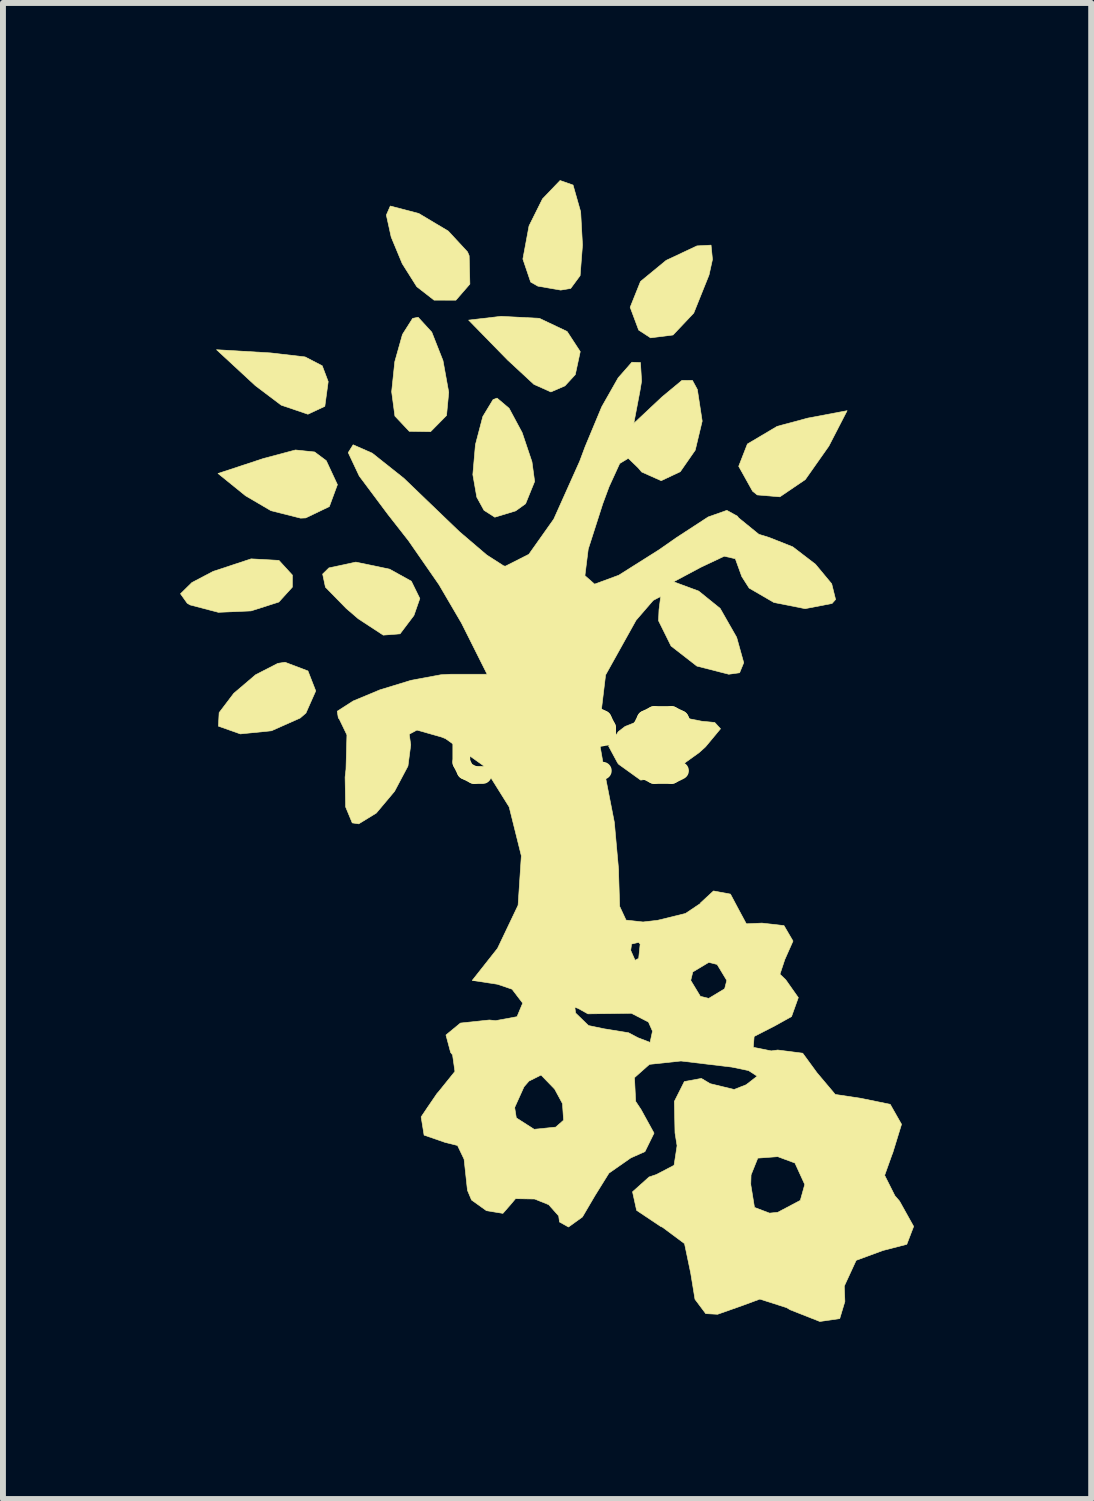
<source format=kicad_pcb>
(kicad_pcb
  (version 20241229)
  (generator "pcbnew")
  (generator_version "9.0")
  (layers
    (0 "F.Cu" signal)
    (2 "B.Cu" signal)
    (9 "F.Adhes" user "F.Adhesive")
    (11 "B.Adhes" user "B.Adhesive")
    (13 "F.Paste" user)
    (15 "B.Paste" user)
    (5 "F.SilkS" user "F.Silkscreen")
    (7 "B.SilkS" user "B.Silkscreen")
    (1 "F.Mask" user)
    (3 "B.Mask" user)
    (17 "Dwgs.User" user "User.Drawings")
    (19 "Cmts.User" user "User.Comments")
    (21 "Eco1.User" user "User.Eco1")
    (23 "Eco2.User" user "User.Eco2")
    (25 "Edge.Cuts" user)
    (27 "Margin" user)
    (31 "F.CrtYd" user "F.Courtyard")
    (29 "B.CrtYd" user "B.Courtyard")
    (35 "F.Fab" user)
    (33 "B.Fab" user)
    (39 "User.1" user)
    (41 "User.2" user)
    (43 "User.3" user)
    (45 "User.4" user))
  (footprint "tree"
    (layer "F.Cu")
    (at 6.609 9.378)
    (property "Reference" "tree" (at 0 0 0) (layer "F.SilkS") (effects (font (size 1.524 1.524) (thickness 0.3))))
    (attr through_hole)
    (fp_poly (pts (xy -5.08 -6.455) (xy -4.495 -6.387) (xy -4.205 -6.237) (xy -4.104 -5.969) (xy -4.161 -5.551) (xy -4.447 -5.417) (xy -4.9 -5.571) (xy -5.337 -5.901) (xy -5.994 -6.509) (xy -5.08 -6.455)) (stroke (width 0.01) (type solid)) (fill yes) (layer "F.SilkS"))
    (fp_poly (pts (xy 4.37 -4.878) (xy 3.971 -4.311) (xy 3.541 -4.019) (xy 3.158 -4.051) (xy 3.079 -4.114) (xy 2.844 -4.536) (xy 2.991 -4.913) (xy 3.495 -5.212) (xy 4.016 -5.352) (xy 4.679 -5.477) (xy 4.37 -4.878)) (stroke (width 0.01) (type solid)) (fill yes) (layer "F.SilkS"))
    (fp_poly (pts (xy -4.334 -4.778) (xy -4.137 -4.631) (xy -3.948 -4.225) (xy -4.085 -3.854) (xy -4.485 -3.662) (xy -4.571 -3.658) (xy -5.072 -3.784) (xy -5.502 -4.036) (xy -5.969 -4.414) (xy -5.199 -4.668) (xy -4.659 -4.812) (xy -4.334 -4.778)) (stroke (width 0.01) (type solid)) (fill yes) (layer "F.SilkS"))
    (fp_poly (pts (xy -0.529 -7.04) (xy -0.061 -6.818) (xy 0.162 -6.477) (xy 0.078 -6.087) (xy -0.097 -5.897) (xy -0.335 -5.794) (xy -0.623 -5.923) (xy -1.061 -6.329) (xy -1.062 -6.329) (xy -1.727 -7.01) (xy -1.178 -7.074) (xy -0.529 -7.04)) (stroke (width 0.01) (type solid)) (fill yes) (layer "F.SilkS"))
    (fp_poly (pts (xy 2.4 -8.037) (xy 2.342 -7.774) (xy 2.083 -7.129) (xy 1.732 -6.758) (xy 1.352 -6.71) (xy 1.151 -6.841) (xy 1.007 -7.227) (xy 1.182 -7.664) (xy 1.616 -8.021) (xy 2.137 -8.266) (xy 2.376 -8.279) (xy 2.4 -8.037)) (stroke (width 0.01) (type solid)) (fill yes) (layer "F.SilkS"))
    (fp_poly (pts (xy -4.938 -2.943) (xy -4.71 -2.694) (xy -4.711 -2.49) (xy -4.94 -2.238) (xy -5.41 -2.088) (xy -5.963 -2.064) (xy -6.441 -2.189) (xy -6.49 -2.218) (xy -6.604 -2.378) (xy -6.411 -2.568) (xy -6.051 -2.757) (xy -5.409 -2.969) (xy -4.938 -2.943)) (stroke (width 0.01) (type solid)) (fill yes) (layer "F.SilkS"))
    (fp_poly (pts (xy -4.447 -1.072) (xy -4.315 -0.734) (xy -4.481 -0.359) (xy -4.578 -0.275) (xy -5.064 -0.059) (xy -5.591 -0.006) (xy -5.962 -0.137) (xy -5.95 -0.366) (xy -5.702 -0.693) (xy -5.333 -1.007) (xy -4.957 -1.2) (xy -4.835 -1.219) (xy -4.447 -1.072)) (stroke (width 0.01) (type solid)) (fill yes) (layer "F.SilkS"))
    (fp_poly (pts (xy -3.065 -2.795) (xy -2.697 -2.591) (xy -2.553 -2.298) (xy -2.653 -2.011) (xy -2.888 -1.7) (xy -3.172 -1.678) (xy -3.594 -1.954) (xy -3.799 -2.13) (xy -4.151 -2.49) (xy -4.198 -2.712) (xy -4.092 -2.816) (xy -3.636 -2.914) (xy -3.065 -2.795)) (stroke (width 0.01) (type solid)) (fill yes) (layer "F.SilkS"))
    (fp_poly (pts (xy -2.571 -8.815) (xy -2.072 -8.517) (xy -1.746 -8.165) (xy -1.718 -8.099) (xy -1.706 -7.62) (xy -1.943 -7.347) (xy -2.312 -7.348) (xy -2.605 -7.576) (xy -2.851 -7.966) (xy -3.038 -8.416) (xy -3.12 -8.788) (xy -3.053 -8.941) (xy -2.571 -8.815)) (stroke (width 0.01) (type solid)) (fill yes) (layer "F.SilkS"))
    (fp_poly (pts (xy -2.351 -6.806) (xy -2.161 -6.324) (xy -2.064 -5.788) (xy -2.101 -5.396) (xy -2.371 -5.122) (xy -2.732 -5.128) (xy -2.975 -5.386) (xy -3.03 -5.798) (xy -2.977 -6.306) (xy -2.847 -6.768) (xy -2.675 -7.039) (xy -2.582 -7.058) (xy -2.351 -6.806)) (stroke (width 0.01) (type solid)) (fill yes) (layer "F.SilkS"))
    (fp_poly (pts (xy 0.04 -9.296) (xy 0.169 -8.843) (xy 0.2 -8.28) (xy 0.16 -7.763) (xy 0.000017 -7.546) (xy -0.169 -7.518) (xy -0.556 -7.585) (xy -0.677 -7.654) (xy -0.809 -8.044) (xy -0.705 -8.604) (xy -0.477 -9.062) (xy -0.179 -9.373) (xy 0.04 -9.296)) (stroke (width 0.01) (type solid)) (fill yes) (layer "F.SilkS"))
    (fp_poly (pts (xy -1.042 -5.517) (xy -0.821 -5.105) (xy -0.655 -4.611) (xy -0.61 -4.279) (xy -0.763 -3.902) (xy -0.931 -3.781) (xy -1.284 -3.674) (xy -1.467 -3.791) (xy -1.589 -4.013) (xy -1.656 -4.395) (xy -1.612 -4.902) (xy -1.487 -5.378) (xy -1.314 -5.664) (xy -1.246 -5.69) (xy -1.042 -5.517)) (stroke (width 0.01) (type solid)) (fill yes) (layer "F.SilkS"))
    (fp_poly (pts (xy 1.727 -0.317) (xy 2.218 -0.221) (xy 2.438 -0.2) (xy 2.536 -0.093) (xy 2.282 0.213) (xy 2.173 0.311) (xy 1.613 0.713) (xy 1.185 0.776) (xy 0.815 0.51) (xy 0.795 0.486) (xy 0.641 0.2) (xy 0.807 -0.045) (xy 0.922 -0.133) (xy 1.396 -0.322) (xy 1.727 -0.317)) (stroke (width 0.01) (type solid)) (fill yes) (layer "F.SilkS"))
    (fp_poly (pts (xy 1.181 -6.292) (xy 1.2 -5.977) (xy 1.172 -5.807) (xy 1.068 -5.261) (xy 1.545 -5.709) (xy 1.884 -5.99) (xy 2.061 -5.989) (xy 2.144 -5.836) (xy 2.226 -5.301) (xy 2.108 -4.808) (xy 1.855 -4.444) (xy 1.532 -4.292) (xy 1.202 -4.439) (xy 1.142 -4.51) (xy 0.975 -4.671) (xy 0.83 -4.583) (xy 0.65 -4.19) (xy 0.543 -3.901) (xy 0.297 -3.134) (xy 0.241 -2.685) (xy 0.405 -2.541) (xy 0.814 -2.692) (xy 1.495 -3.122) (xy 1.79 -3.328) (xy 2.327 -3.678) (xy 2.643 -3.79) (xy 2.823 -3.691) (xy 2.841 -3.664) (xy 3.184 -3.385) (xy 3.359 -3.331) (xy 3.758 -3.173) (xy 4.143 -2.878) (xy 4.418 -2.547) (xy 4.484 -2.281) (xy 4.424 -2.214) (xy 3.968 -2.126) (xy 3.439 -2.231) (xy 3.021 -2.474) (xy 2.896 -2.67) (xy 2.787 -2.971) (xy 2.599 -3.014) (xy 2.199 -2.825) (xy 2.179 -2.814) (xy 1.742 -2.581) (xy 2.166 -2.424) (xy 2.53 -2.13) (xy 2.808 -1.643) (xy 2.809 -1.642) (xy 2.929 -1.211) (xy 2.859 -1.041) (xy 2.676 -1.016) (xy 2.136 -1.154) (xy 1.699 -1.494) (xy 1.487 -1.922) (xy 1.495 -2.107) (xy 1.524 -2.333) (xy 1.397 -2.266) (xy 1.107 -1.93) (xy 0.591 -1.004) (xy 0.467 0.026) (xy 0.591 0.734) (xy 0.739 1.49) (xy 0.811 2.292) (xy 0.812 2.378) (xy 0.829 2.913) (xy 0.937 3.145) (xy 1.225 3.177) (xy 1.47 3.149) (xy 1.943 3.033) (xy 2.194 2.865) (xy 2.198 2.854) (xy 2.417 2.652) (xy 2.704 2.705) (xy 2.845 2.97) (xy 2.973 3.208) (xy 3.238 3.196) (xy 3.61 3.238) (xy 3.763 3.5) (xy 3.624 3.813) (xy 3.542 4.061) (xy 3.64 4.155) (xy 3.853 4.457) (xy 3.738 4.778) (xy 3.454 4.936) (xy 3.105 5.115) (xy 3.091 5.298) (xy 3.395 5.359) (xy 3.505 5.344) (xy 3.927 5.398) (xy 4.168 5.728) (xy 4.478 6.096) (xy 4.914 6.162) (xy 5.408 6.263) (xy 5.6 6.601) (xy 5.447 7.099) (xy 5.441 7.109) (xy 5.314 7.465) (xy 5.488 7.811) (xy 5.566 7.901) (xy 5.805 8.33) (xy 5.689 8.633) (xy 5.283 8.738) (xy 4.832 8.904) (xy 4.631 9.34) (xy 4.641 9.601) (xy 4.554 9.89) (xy 4.217 9.939) (xy 3.715 9.741) (xy 3.655 9.705) (xy 3.202 9.56) (xy 2.896 9.673) (xy 2.487 9.817) (xy 2.286 9.806) (xy 2.104 9.563) (xy 2.032 9.122) (xy 1.927 8.621) (xy 1.552 8.342) (xy 1.524 8.331) (xy 1.116 8.058) (xy 1.047 7.744) (xy 1.186 7.62) (xy 3.048 7.62) (xy 3.111 8.008) (xy 3.366 8.105) (xy 3.505 8.091) (xy 3.887 7.889) (xy 3.962 7.62) (xy 3.796 7.257) (xy 3.505 7.149) (xy 3.167 7.174) (xy 3.053 7.458) (xy 3.048 7.62) (xy 1.186 7.62) (xy 1.327 7.493) (xy 1.45 7.452) (xy 1.75 7.295) (xy 1.801 6.964) (xy 1.766 6.747) (xy 1.755 6.214) (xy 1.924 5.878) (xy 2.212 5.825) (xy 2.362 5.914) (xy 2.767 6.012) (xy 2.97 5.932) (xy 3.157 5.787) (xy 3.011 5.692) (xy 2.727 5.633) (xy 1.865 5.53) (xy 1.333 5.587) (xy 1.083 5.809) (xy 1.08 5.817) (xy 1.1 6.214) (xy 1.192 6.353) (xy 1.411 6.751) (xy 1.257 7.064) (xy 1.018 7.17) (xy 0.648 7.428) (xy 0.414 7.804) (xy 0.199 8.17) (xy -0.037 8.34) (xy -0.189 8.255) (xy -0.203 8.152) (xy -0.372 7.962) (xy -0.61 7.866) (xy -0.933 7.86) (xy -1.016 7.959) (xy -1.147 8.109) (xy -1.425 8.064) (xy -1.678 7.883) (xy -1.747 7.719) (xy -1.804 7.192) (xy -1.915 6.96) (xy -2.122 6.909) (xy -2.481 6.785) (xy -2.531 6.476) (xy -2.424 6.317) (xy -0.948 6.317) (xy -0.92 6.493) (xy -0.618 6.686) (xy -0.253 6.649) (xy -0.12 6.532) (xy -0.139 6.25) (xy -0.271 6.006) (xy -0.501 5.768) (xy -0.706 5.87) (xy -0.79 5.967) (xy -0.948 6.317) (xy -2.424 6.317) (xy -2.258 6.074) (xy -2.246 6.063) (xy -1.959 5.707) (xy -1.999 5.427) (xy -2.032 5.385) (xy -2.111 5.09) (xy -1.866 4.888) (xy -1.376 4.836) (xy -1.27 4.847) (xy -0.908 4.78) (xy -0.841 4.62) (xy 0.07 4.62) (xy 0.084 4.719) (xy 0.302 4.93) (xy 0.566 4.985) (xy 0.98 5.052) (xy 1.141 5.137) (xy 1.344 5.215) (xy 1.385 5.025) (xy 1.317 4.871) (xy 1.027 4.722) (xy 0.694 4.727) (xy 0.292 4.732) (xy 0.124 4.639) (xy 0.07 4.62) (xy -0.841 4.62) (xy -0.812 4.551) (xy -0.992 4.315) (xy -1.239 4.231) (xy -1.666 4.166) (xy 2.032 4.166) (xy 2.195 4.435) (xy 2.337 4.47) (xy 2.606 4.308) (xy 2.642 4.166) (xy 2.479 3.896) (xy 2.337 3.861) (xy 2.067 4.023) (xy 2.032 4.166) (xy -1.666 4.166) (xy -1.265 3.658) (xy 1.016 3.658) (xy 1.09 3.825) (xy 1.151 3.793) (xy 1.176 3.552) (xy 1.151 3.522) (xy 1.031 3.55) (xy 1.016 3.658) (xy -1.265 3.658) (xy -1.239 3.626) (xy -0.89 2.894) (xy -0.835 2.057) (xy -1.041 1.23) (xy -1.479 0.53) (xy -2.118 0.074) (xy -2.192 0.045) (xy -2.602 -0.071) (xy -2.733 -0.001) (xy -2.707 0.179) (xy -2.754 0.538) (xy -2.981 0.966) (xy -3.29 1.334) (xy -3.587 1.516) (xy -3.697 1.5) (xy -3.809 1.23) (xy -3.818 0.725) (xy -3.803 0.593) (xy -3.787 0.011) (xy -3.921 -0.267) (xy -3.932 -0.272) (xy -3.951 -0.39) (xy -3.682 -0.563) (xy -3.229 -0.752) (xy -2.699 -0.914) (xy -2.198 -1.007) (xy -2.034 -1.016) (xy -1.414 -1.016) (xy -1.847 -1.88) (xy -2.228 -2.531) (xy -2.745 -3.277) (xy -3.095 -3.724) (xy -3.579 -4.372) (xy -3.765 -4.767) (xy -3.682 -4.9) (xy -3.359 -4.758) (xy -2.824 -4.333) (xy -2.437 -3.961) (xy -1.883 -3.429) (xy -1.42 -3.034) (xy -1.133 -2.85) (xy -1.105 -2.845) (xy -0.708 -3.046) (xy -0.286 -3.642) (xy 0.153 -4.622) (xy 0.244 -4.866) (xy 0.526 -5.543) (xy 0.804 -6.033) (xy 1.036 -6.297) (xy 1.181 -6.292)) (stroke (width 0.01) (type solid)) (fill yes) (layer "F.SilkS")))
  (gr_rect
    (start -3 -3)
    (end 15.419 22.322)
    (stroke (width 0.1) (type default))
    (fill no)
    (layer "Edge.Cuts")))
</source>
